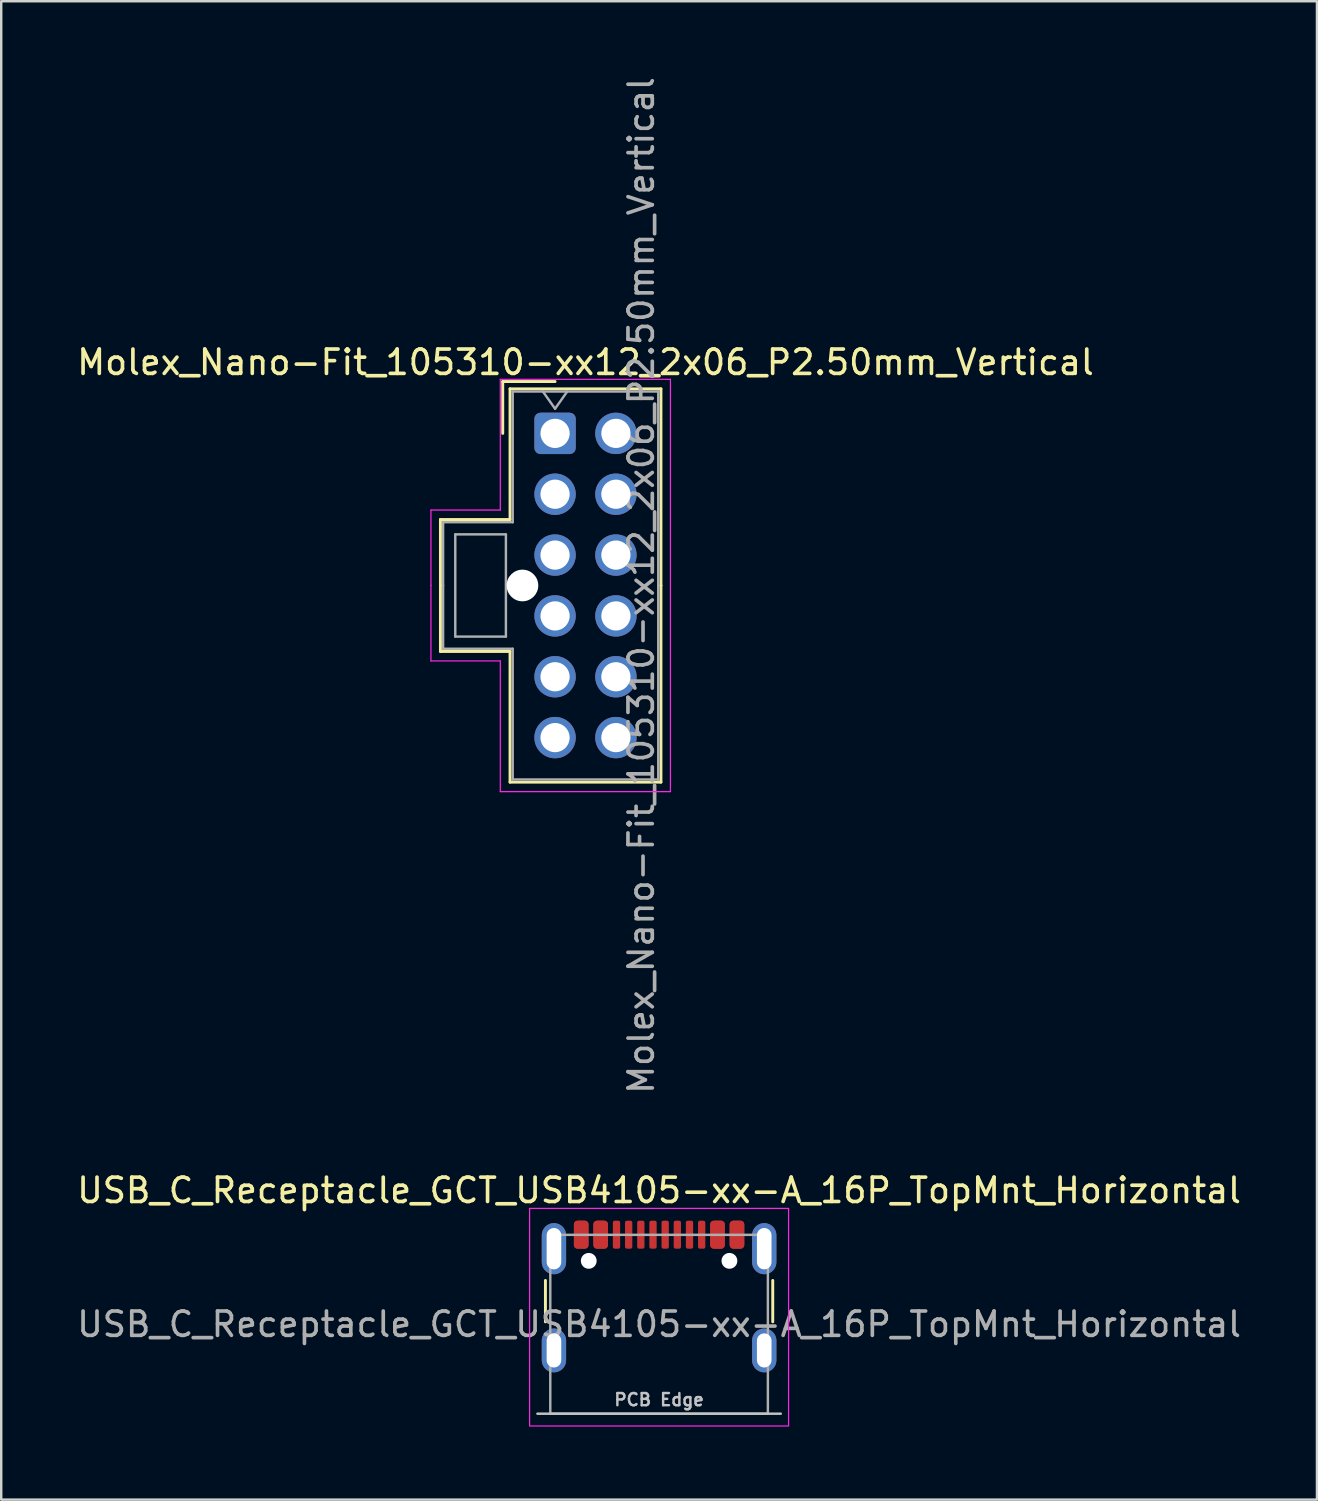
<source format=kicad_pcb>
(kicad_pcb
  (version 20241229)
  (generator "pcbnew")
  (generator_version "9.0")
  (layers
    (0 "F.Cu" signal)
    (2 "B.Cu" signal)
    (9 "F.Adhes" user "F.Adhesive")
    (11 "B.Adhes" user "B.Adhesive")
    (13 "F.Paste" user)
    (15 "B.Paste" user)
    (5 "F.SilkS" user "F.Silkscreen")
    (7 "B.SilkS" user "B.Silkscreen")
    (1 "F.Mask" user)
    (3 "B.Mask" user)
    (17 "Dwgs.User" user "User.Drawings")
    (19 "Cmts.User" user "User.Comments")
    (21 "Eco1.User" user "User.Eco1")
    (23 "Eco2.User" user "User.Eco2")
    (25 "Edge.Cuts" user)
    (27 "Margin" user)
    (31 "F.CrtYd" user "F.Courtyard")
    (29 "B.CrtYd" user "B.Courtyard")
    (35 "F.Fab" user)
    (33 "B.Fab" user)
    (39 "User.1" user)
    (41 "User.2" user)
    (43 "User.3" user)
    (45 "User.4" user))
  (footprint "USB_C_Receptacle_GCT_USB4105-xx-A_16P_TopMnt_Horizontal"
    (layer "F.Cu")
    (at 24.03 51.36)
    (property "Reference" "USB_C_Receptacle_GCT_USB4105-xx-A_16P_TopMnt_Horizontal" (at 0 -5.5 0) (unlocked yes) (layer "F.SilkS") (effects (font (size 1 1) (thickness 0.15))))
    (attr smd)
    (fp_line (start -4.67 -0.1) (end -4.67 -1.8) (stroke (width 0.12) (type solid)) (layer "F.SilkS"))
    (fp_line (start 4.67 -0.1) (end 4.67 -1.8) (stroke (width 0.12) (type solid)) (layer "F.SilkS"))
    (fp_line (start 5 3.675) (end -5 3.675) (stroke (width 0.1) (type solid)) (layer "Dwgs.User"))
    (fp_rect (start -5.32 -4.76) (end 5.32 4.18) (stroke (width 0.05) (type solid)) (fill no) (layer "F.CrtYd"))
    (fp_rect (start -4.47 -3.675) (end 4.47 3.675) (stroke (width 0.1) (type solid)) (fill no) (layer "F.Fab"))
    (fp_text user "PCB Edge" (at 0 3.1 0) (unlocked yes) (layer "Dwgs.User") (effects (font (size 0.5 0.5) (thickness 0.1))))
    (fp_text user "${REFERENCE}" (at 0 0 0) (unlocked yes) (layer "F.Fab") (effects (font (size 1 1) (thickness 0.15))))
    (pad "" np_thru_hole circle (at -2.89 -2.605) (size 0.65 0.65) (drill 0.65) (layers "*.Cu" "*.Mask"))
    (pad "" np_thru_hole circle (at 2.89 -2.605) (size 0.65 0.65) (drill 0.65) (layers "*.Cu" "*.Mask"))
    (pad "A1" smd roundrect (at -3.2 -3.68) (size 0.6 1.15) (layers "F.Cu" "F.Mask" "F.Paste") (roundrect_rratio 0.25))
    (pad "A4" smd roundrect (at -2.4 -3.68) (size 0.6 1.15) (layers "F.Cu" "F.Mask" "F.Paste") (roundrect_rratio 0.25))
    (pad "A5" smd roundrect (at -1.25 -3.68) (size 0.3 1.15) (layers "F.Cu" "F.Mask" "F.Paste") (roundrect_rratio 0.25))
    (pad "A6" smd roundrect (at -0.25 -3.68) (size 0.3 1.15) (layers "F.Cu" "F.Mask" "F.Paste") (roundrect_rratio 0.25))
    (pad "A7" smd roundrect (at 0.25 -3.68) (size 0.3 1.15) (layers "F.Cu" "F.Mask" "F.Paste") (roundrect_rratio 0.25))
    (pad "A8" smd roundrect (at 1.25 -3.68) (size 0.3 1.15) (layers "F.Cu" "F.Mask" "F.Paste") (roundrect_rratio 0.25))
    (pad "A9" smd roundrect (at 2.4 -3.68) (size 0.6 1.15) (layers "F.Cu" "F.Mask" "F.Paste") (roundrect_rratio 0.25))
    (pad "A12" smd roundrect (at 3.2 -3.68) (size 0.6 1.15) (layers "F.Cu" "F.Mask" "F.Paste") (roundrect_rratio 0.25))
    (pad "B1" smd roundrect (at 3.2 -3.68) (size 0.6 1.15) (layers "F.Cu" "F.Mask" "F.Paste") (roundrect_rratio 0.25))
    (pad "B4" smd roundrect (at 2.4 -3.68) (size 0.6 1.15) (layers "F.Cu" "F.Mask" "F.Paste") (roundrect_rratio 0.25))
    (pad "B5" smd roundrect (at 1.75 -3.68) (size 0.3 1.15) (layers "F.Cu" "F.Mask" "F.Paste") (roundrect_rratio 0.25))
    (pad "B6" smd roundrect (at 0.75 -3.68) (size 0.3 1.15) (layers "F.Cu" "F.Mask" "F.Paste") (roundrect_rratio 0.25))
    (pad "B7" smd roundrect (at -0.75 -3.68) (size 0.3 1.15) (layers "F.Cu" "F.Mask" "F.Paste") (roundrect_rratio 0.25))
    (pad "B8" smd roundrect (at -1.75 -3.68) (size 0.3 1.15) (layers "F.Cu" "F.Mask" "F.Paste") (roundrect_rratio 0.25))
    (pad "B9" smd roundrect (at -2.4 -3.68) (size 0.6 1.15) (layers "F.Cu" "F.Mask" "F.Paste") (roundrect_rratio 0.25))
    (pad "B12" smd roundrect (at -3.2 -3.68) (size 0.6 1.15) (layers "F.Cu" "F.Mask" "F.Paste") (roundrect_rratio 0.25))
    (pad "S1" thru_hole oval (at -4.32 -3.105) (size 1 2.1) (drill oval 0.6 1.7) (property pad_prop_heatsink) (layers "*.Cu" "*.Mask" "F.Paste"))
    (pad "S2" thru_hole oval (at 4.32 -3.105) (size 1 2.1) (drill oval 0.6 1.7) (property pad_prop_heatsink) (layers "*.Cu" "*.Mask" "F.Paste"))
    (pad "S3" thru_hole oval (at 4.32 1.075) (size 1 1.8) (drill oval 0.6 1.4) (property pad_prop_heatsink) (layers "*.Cu" "*.Mask" "F.Paste"))
    (pad "S4" thru_hole oval (at -4.32 1.075) (size 1 1.8) (drill oval 0.6 1.4) (property pad_prop_heatsink) (layers "*.Cu" "*.Mask" "F.Paste")))
  (footprint "Molex_Nano-Fit_105310-xx12_2x06_P2.50mm_Vertical"
    (layer "F.Cu")
    (at 19.756 14.756)
    (property "Reference" "Molex_Nano-Fit_105310-xx12_2x06_P2.50mm_Vertical" (at 1.25 -2.92 0) (layer "F.SilkS") (effects (font (size 1 1) (thickness 0.15))))
    (attr through_hole)
    (fp_line (start -4.71 3.54) (end -4.71 6.25) (stroke (width 0.12) (type solid)) (layer "F.SilkS"))
    (fp_line (start -4.71 8.96) (end -4.71 6.25) (stroke (width 0.12) (type solid)) (layer "F.SilkS"))
    (fp_line (start -2.15 -2.13) (end -2.15 0) (stroke (width 0.12) (type solid)) (layer "F.SilkS"))
    (fp_line (start -1.85 -1.83) (end -1.85 3.54) (stroke (width 0.12) (type solid)) (layer "F.SilkS"))
    (fp_line (start -1.85 3.54) (end -4.71 3.54) (stroke (width 0.12) (type solid)) (layer "F.SilkS"))
    (fp_line (start -1.85 8.96) (end -4.71 8.96) (stroke (width 0.12) (type solid)) (layer "F.SilkS"))
    (fp_line (start -1.85 14.33) (end -1.85 8.96) (stroke (width 0.12) (type solid)) (layer "F.SilkS"))
    (fp_line (start 0 -2.13) (end -2.15 -2.13) (stroke (width 0.12) (type solid)) (layer "F.SilkS"))
    (fp_line (start 4.35 -1.83) (end -1.85 -1.83) (stroke (width 0.12) (type solid)) (layer "F.SilkS"))
    (fp_line (start 4.35 6.25) (end 4.35 -1.83) (stroke (width 0.12) (type solid)) (layer "F.SilkS"))
    (fp_line (start 4.35 6.25) (end 4.35 14.33) (stroke (width 0.12) (type solid)) (layer "F.SilkS"))
    (fp_line (start 4.35 14.33) (end -1.85 14.33) (stroke (width 0.12) (type solid)) (layer "F.SilkS"))
    (fp_line (start -5.1 3.15) (end -5.1 6.25) (stroke (width 0.05) (type solid)) (layer "F.CrtYd"))
    (fp_line (start -5.1 9.35) (end -5.1 6.25) (stroke (width 0.05) (type solid)) (layer "F.CrtYd"))
    (fp_line (start -2.25 -2.22) (end -2.25 3.15) (stroke (width 0.05) (type solid)) (layer "F.CrtYd"))
    (fp_line (start -2.25 3.15) (end -5.1 3.15) (stroke (width 0.05) (type solid)) (layer "F.CrtYd"))
    (fp_line (start -2.25 9.35) (end -5.1 9.35) (stroke (width 0.05) (type solid)) (layer "F.CrtYd"))
    (fp_line (start -2.25 14.72) (end -2.25 9.35) (stroke (width 0.05) (type solid)) (layer "F.CrtYd"))
    (fp_line (start 4.74 -2.22) (end -2.25 -2.22) (stroke (width 0.05) (type solid)) (layer "F.CrtYd"))
    (fp_line (start 4.74 6.25) (end 4.74 -2.22) (stroke (width 0.05) (type solid)) (layer "F.CrtYd"))
    (fp_line (start 4.74 6.25) (end 4.74 14.72) (stroke (width 0.05) (type solid)) (layer "F.CrtYd"))
    (fp_line (start 4.74 14.72) (end -2.25 14.72) (stroke (width 0.05) (type solid)) (layer "F.CrtYd"))
    (fp_line (start -4.6 3.65) (end -4.6 6.25) (stroke (width 0.1) (type solid)) (layer "F.Fab"))
    (fp_line (start -4.6 8.85) (end -4.6 6.25) (stroke (width 0.1) (type solid)) (layer "F.Fab"))
    (fp_line (start -4.1 4.15) (end -4.1 8.35) (stroke (width 0.1) (type solid)) (layer "F.Fab"))
    (fp_line (start -4.1 8.35) (end -2.02 8.35) (stroke (width 0.1) (type solid)) (layer "F.Fab"))
    (fp_line (start -2.02 4.15) (end -4.1 4.15) (stroke (width 0.1) (type solid)) (layer "F.Fab"))
    (fp_line (start -2.02 8.35) (end -2.02 4.15) (stroke (width 0.1) (type solid)) (layer "F.Fab"))
    (fp_line (start -1.74 -1.72) (end -1.74 3.65) (stroke (width 0.1) (type solid)) (layer "F.Fab"))
    (fp_line (start -1.74 3.65) (end -4.6 3.65) (stroke (width 0.1) (type solid)) (layer "F.Fab"))
    (fp_line (start -1.74 8.85) (end -4.6 8.85) (stroke (width 0.1) (type solid)) (layer "F.Fab"))
    (fp_line (start -1.74 14.22) (end -1.74 8.85) (stroke (width 0.1) (type solid)) (layer "F.Fab"))
    (fp_line (start -0.5 -1.72) (end 0 -1.013) (stroke (width 0.1) (type solid)) (layer "F.Fab"))
    (fp_line (start 0 -1.013) (end 0.5 -1.72) (stroke (width 0.1) (type solid)) (layer "F.Fab"))
    (fp_line (start 4.24 -1.72) (end -1.74 -1.72) (stroke (width 0.1) (type solid)) (layer "F.Fab"))
    (fp_line (start 4.24 6.25) (end 4.24 -1.72) (stroke (width 0.1) (type solid)) (layer "F.Fab"))
    (fp_line (start 4.24 6.25) (end 4.24 14.22) (stroke (width 0.1) (type solid)) (layer "F.Fab"))
    (fp_line (start 4.24 14.22) (end -1.74 14.22) (stroke (width 0.1) (type solid)) (layer "F.Fab"))
    (fp_text user "${REFERENCE}" (at 3.54 6.25 90) (layer "F.Fab") (effects (font (size 1 1) (thickness 0.15))))
    (pad "" np_thru_hole circle (at -1.34 6.25) (size 1.3 1.3) (drill 1.3) (layers "*.Cu" "*.Mask"))
    (pad "1" thru_hole roundrect (at 0 0) (size 1.7 1.7) (drill 1.2) (layers "*.Cu" "*.Mask") (roundrect_rratio 0.147))
    (pad "2" thru_hole circle (at 0 2.5) (size 1.7 1.7) (drill 1.2) (layers "*.Cu" "*.Mask"))
    (pad "3" thru_hole circle (at 0 5) (size 1.7 1.7) (drill 1.2) (layers "*.Cu" "*.Mask"))
    (pad "4" thru_hole circle (at 0 7.5) (size 1.7 1.7) (drill 1.2) (layers "*.Cu" "*.Mask"))
    (pad "5" thru_hole circle (at 0 10) (size 1.7 1.7) (drill 1.2) (layers "*.Cu" "*.Mask"))
    (pad "6" thru_hole circle (at 0 12.5) (size 1.7 1.7) (drill 1.2) (layers "*.Cu" "*.Mask"))
    (pad "7" thru_hole circle (at 2.5 0) (size 1.7 1.7) (drill 1.2) (layers "*.Cu" "*.Mask"))
    (pad "8" thru_hole circle (at 2.5 2.5) (size 1.7 1.7) (drill 1.2) (layers "*.Cu" "*.Mask"))
    (pad "9" thru_hole circle (at 2.5 5) (size 1.7 1.7) (drill 1.2) (layers "*.Cu" "*.Mask"))
    (pad "10" thru_hole circle (at 2.5 7.5) (size 1.7 1.7) (drill 1.2) (layers "*.Cu" "*.Mask"))
    (pad "11" thru_hole circle (at 2.5 10) (size 1.7 1.7) (drill 1.2) (layers "*.Cu" "*.Mask"))
    (pad "12" thru_hole circle (at 2.5 12.5) (size 1.7 1.7) (drill 1.2) (layers "*.Cu" "*.Mask")))
  (gr_rect
    (start -3 -3)
    (end 51.06 58.565)
    (stroke (width 0.1) (type default))
    (fill no)
    (layer "Edge.Cuts")))
</source>
